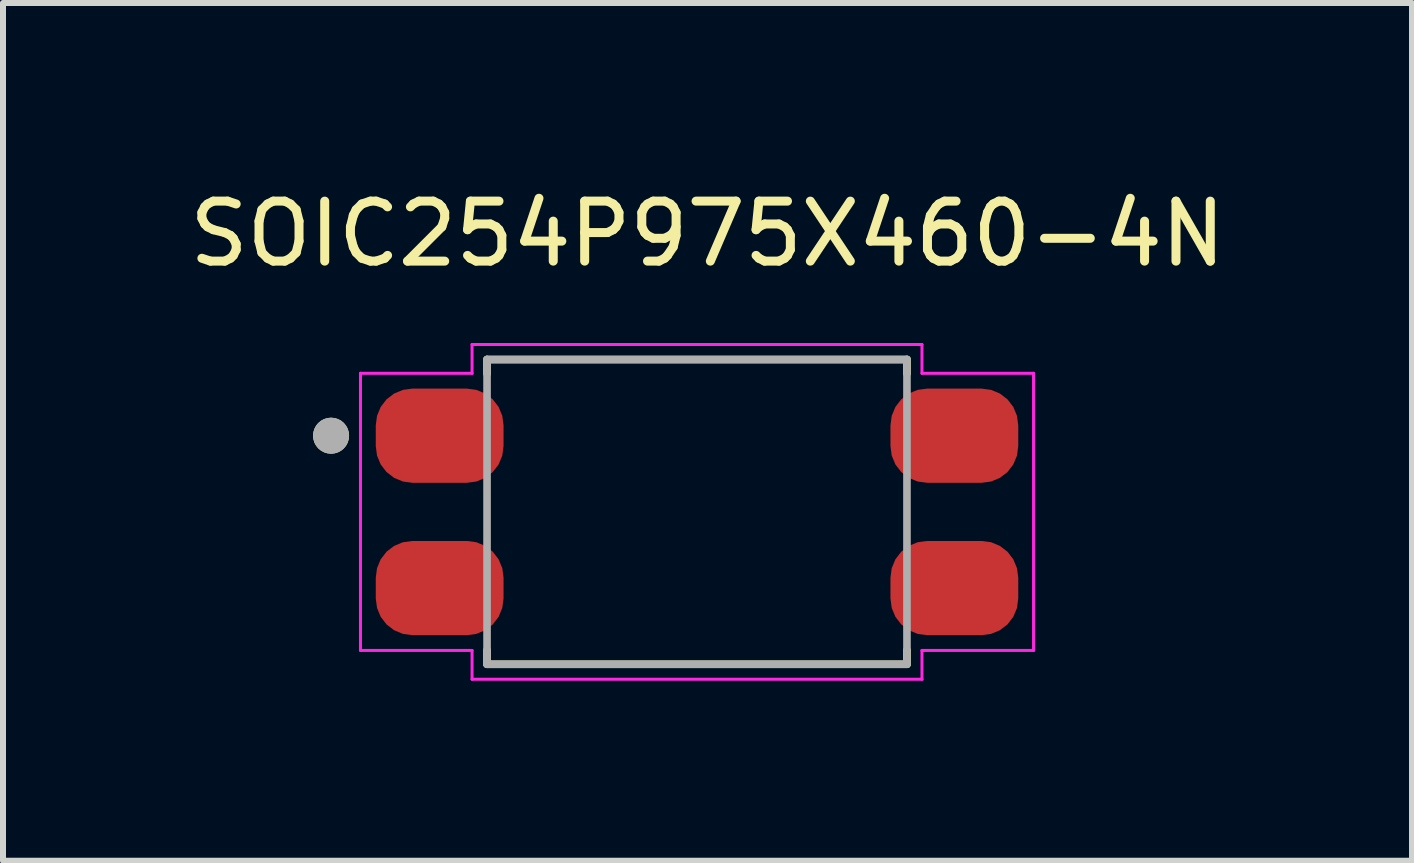
<source format=kicad_pcb>
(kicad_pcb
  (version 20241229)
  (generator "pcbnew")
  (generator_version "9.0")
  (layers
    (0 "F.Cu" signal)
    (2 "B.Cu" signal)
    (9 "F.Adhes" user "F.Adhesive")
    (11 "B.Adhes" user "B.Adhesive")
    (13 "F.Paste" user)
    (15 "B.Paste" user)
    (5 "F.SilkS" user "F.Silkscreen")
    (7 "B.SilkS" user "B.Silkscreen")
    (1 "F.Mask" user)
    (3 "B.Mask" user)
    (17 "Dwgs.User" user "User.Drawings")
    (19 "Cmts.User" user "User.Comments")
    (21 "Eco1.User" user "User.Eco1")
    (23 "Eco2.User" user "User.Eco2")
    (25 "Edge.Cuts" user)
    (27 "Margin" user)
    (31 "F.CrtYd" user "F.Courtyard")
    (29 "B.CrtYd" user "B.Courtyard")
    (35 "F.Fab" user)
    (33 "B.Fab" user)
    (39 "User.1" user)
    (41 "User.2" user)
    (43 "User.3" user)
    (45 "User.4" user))
  (footprint "SOIC254P975X460-4N"
    (layer "F.Cu")
    (at 8.569 5.483)
    (property "Reference" "SOIC254P975X460-4N" (at 0.175 -4.635 0) (layer "F.SilkS") (effects (font (size 1 1) (thickness 0.15))))
    (attr smd)
    (fp_line (start -3.5 -2.54) (end 3.5 -2.54) (stroke (width 0.127) (type solid)) (layer "F.SilkS"))
    (fp_line (start -3.5 -2.304) (end -3.5 -2.54) (stroke (width 0.127) (type solid)) (layer "F.SilkS"))
    (fp_line (start -3.5 2.54) (end -3.5 2.304) (stroke (width 0.127) (type solid)) (layer "F.SilkS"))
    (fp_line (start 3.5 -2.54) (end 3.5 -2.304) (stroke (width 0.127) (type solid)) (layer "F.SilkS"))
    (fp_line (start 3.5 2.304) (end 3.5 2.54) (stroke (width 0.127) (type solid)) (layer "F.SilkS"))
    (fp_line (start 3.5 2.54) (end -3.5 2.54) (stroke (width 0.127) (type solid)) (layer "F.SilkS"))
    (fp_circle (center -6.1 -1.27) (end -5.95 -1.27) (stroke (width 0.3) (type solid)) (fill no) (layer "F.SilkS"))
    (fp_line (start -5.61 -2.31) (end -3.75 -2.31) (stroke (width 0.05) (type solid)) (layer "F.CrtYd"))
    (fp_line (start -5.61 2.31) (end -5.61 -2.31) (stroke (width 0.05) (type solid)) (layer "F.CrtYd"))
    (fp_line (start -3.75 -2.79) (end 3.75 -2.79) (stroke (width 0.05) (type solid)) (layer "F.CrtYd"))
    (fp_line (start -3.75 -2.31) (end -3.75 -2.79) (stroke (width 0.05) (type solid)) (layer "F.CrtYd"))
    (fp_line (start -3.75 2.31) (end -5.61 2.31) (stroke (width 0.05) (type solid)) (layer "F.CrtYd"))
    (fp_line (start -3.75 2.79) (end -3.75 2.31) (stroke (width 0.05) (type solid)) (layer "F.CrtYd"))
    (fp_line (start 3.75 -2.79) (end 3.75 -2.31) (stroke (width 0.05) (type solid)) (layer "F.CrtYd"))
    (fp_line (start 3.75 -2.31) (end 5.61 -2.31) (stroke (width 0.05) (type solid)) (layer "F.CrtYd"))
    (fp_line (start 3.75 2.31) (end 3.75 2.79) (stroke (width 0.05) (type solid)) (layer "F.CrtYd"))
    (fp_line (start 3.75 2.79) (end -3.75 2.79) (stroke (width 0.05) (type solid)) (layer "F.CrtYd"))
    (fp_line (start 5.61 -2.31) (end 5.61 2.31) (stroke (width 0.05) (type solid)) (layer "F.CrtYd"))
    (fp_line (start 5.61 2.31) (end 3.75 2.31) (stroke (width 0.05) (type solid)) (layer "F.CrtYd"))
    (fp_line (start -3.5 -2.54) (end 3.5 -2.54) (stroke (width 0.127) (type solid)) (layer "F.Fab"))
    (fp_line (start -3.5 2.54) (end -3.5 -2.54) (stroke (width 0.127) (type solid)) (layer "F.Fab"))
    (fp_line (start 3.5 -2.54) (end 3.5 2.54) (stroke (width 0.127) (type solid)) (layer "F.Fab"))
    (fp_line (start 3.5 2.54) (end -3.5 2.54) (stroke (width 0.127) (type solid)) (layer "F.Fab"))
    (fp_circle (center -6.1 -1.27) (end -5.95 -1.27) (stroke (width 0.3) (type solid)) (fill no) (layer "F.Fab"))
    (pad "1" smd roundrect (at -4.29 -1.27) (size 2.13 1.57) (layers "F.Cu" "F.Mask" "F.Paste") (roundrect_rratio 0.39))
    (pad "2" smd roundrect (at -4.29 1.27) (size 2.13 1.57) (layers "F.Cu" "F.Mask" "F.Paste") (roundrect_rratio 0.39))
    (pad "3" smd roundrect (at 4.29 1.27) (size 2.13 1.57) (layers "F.Cu" "F.Mask" "F.Paste") (roundrect_rratio 0.39))
    (pad "4" smd roundrect (at 4.29 -1.27) (size 2.13 1.57) (layers "F.Cu" "F.Mask" "F.Paste") (roundrect_rratio 0.39)))
  (gr_rect
    (start -3 -3)
    (end 20.488 11.298)
    (stroke (width 0.1) (type default))
    (fill no)
    (layer "Edge.Cuts")))
</source>
